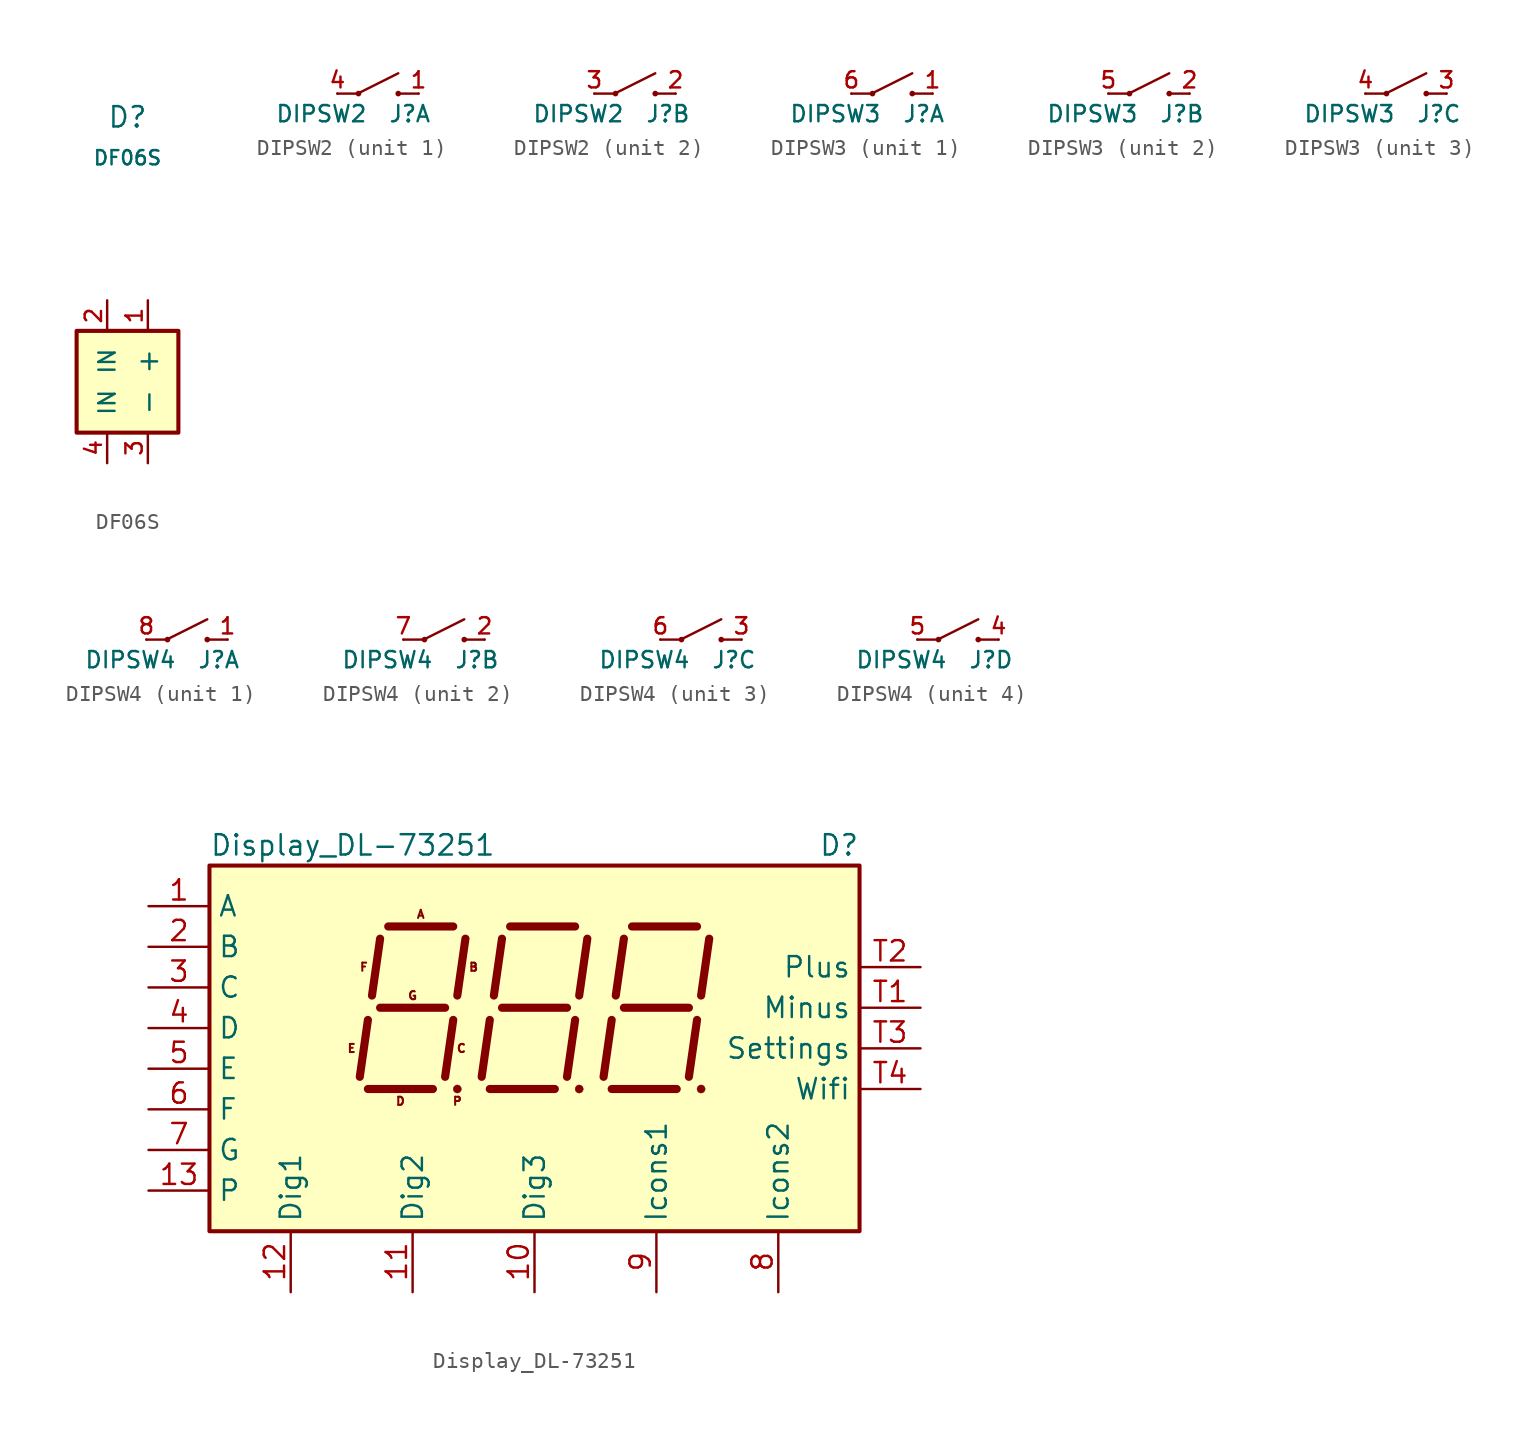
<source format=kicad_sym>
(kicad_symbol_lib
  (version 20231120)
  (generator "kicad_symbol_editor")
  (generator_version "8.0")
  (symbol "DF06S"
    (pin_names
      (offset 1.016))
    (property "Reference" "D"
      (at 0 16.51 0)
      (effects (font (size 1.27 1.27))))
    (property "Value" "DF06S"
      (at 0 13.97 0)
      (effects (font (size 0.889 0.889))))
    (symbol "DF06S_0_1"
      (rectangle (start -3.175 3.175) (end 3.175 -3.175) (stroke (width 0.254) (type default)) (fill (type background))))
    (symbol "DF06S_1_1"
      (pin passive line (at 1.27 5.08 270) (length 1.905) (name "+" (effects (font (size 1.27 1.27)))) (number "1" (effects (font (size 1.016 1.016)))))
      (pin passive line (at -1.27 5.08 270) (length 1.905) (name "IN" (effects (font (size 1.016 1.016)))) (number "2" (effects (font (size 1.016 1.016)))))
      (pin passive line (at 1.27 -5.08 90) (length 1.905) (name "-" (effects (font (size 1.27 1.27)))) (number "3" (effects (font (size 1.016 1.016)))))
      (pin passive line (at -1.27 -5.08 90) (length 1.905) (name "IN" (effects (font (size 1.016 1.016)))) (number "4" (effects (font (size 1.016 1.016)))))))
  (symbol "DIPSW2"
    (pin_names hide)
    (property "Reference" "J"
      (at 0.635 -1.27 0)
      (effects (font (size 1.016 1.016)) (justify left)))
    (property "Value" "DIPSW2"
      (at -0.635 -1.27 0)
      (effects (font (size 1.016 1.016)) (justify right)))
    (property "Datasheet" ""
      (at 0 0 0)
      (effects (font (size 1.524 1.524))))
    (symbol "DIPSW2_0_1"
      (circle (center -1.219 0) (radius 0.102) (stroke (width 0) (type default)) (fill (type outline)))
      (polyline (pts (xy -1.27 0) (xy -2.54 0) (xy -2.54 0)) (stroke (width 0) (type default)) (fill (type none)))
      (polyline (pts (xy -1.27 0) (xy 1.27 1.27) (xy 1.27 1.27)) (stroke (width 0) (type default)) (fill (type none)))
      (polyline (pts (xy 2.54 0) (xy 1.27 0) (xy 1.27 0)) (stroke (width 0) (type default)) (fill (type none)))
      (circle (center 1.27 0) (radius 0.102) (stroke (width 0) (type default)) (fill (type outline))))
    (symbol "DIPSW2_1_1"
      (pin passive line (at 2.54 0 180) (length 0) (name "~" (effects (font (size 1.016 1.016)))) (number "1" (effects (font (size 1.016 1.016)))))
      (pin passive line (at -2.54 0 0) (length 0) (name "~" (effects (font (size 1.016 1.016)))) (number "4" (effects (font (size 1.016 1.016))))))
    (symbol "DIPSW2_2_1"
      (pin passive line (at 2.54 0 180) (length 0) (name "~" (effects (font (size 1.016 1.016)))) (number "2" (effects (font (size 1.016 1.016)))))
      (pin passive line (at -2.54 0 0) (length 0) (name "~" (effects (font (size 1.016 1.016)))) (number "3" (effects (font (size 1.016 1.016)))))))
  (symbol "DIPSW3"
    (pin_names hide)
    (property "Reference" "J"
      (at 0.635 -1.27 0)
      (effects (font (size 1.016 1.016)) (justify left)))
    (property "Value" "DIPSW3"
      (at -0.635 -1.27 0)
      (effects (font (size 1.016 1.016)) (justify right)))
    (property "Datasheet" ""
      (at 0 0 0)
      (effects (font (size 1.524 1.524))))
    (symbol "DIPSW3_0_1"
      (circle (center -1.219 0) (radius 0.102) (stroke (width 0) (type default)) (fill (type outline)))
      (polyline (pts (xy -1.27 0) (xy -2.54 0) (xy -2.54 0)) (stroke (width 0) (type default)) (fill (type none)))
      (polyline (pts (xy -1.27 0) (xy 1.27 1.27) (xy 1.27 1.27)) (stroke (width 0) (type default)) (fill (type none)))
      (polyline (pts (xy 2.54 0) (xy 1.27 0) (xy 1.27 0)) (stroke (width 0) (type default)) (fill (type none)))
      (circle (center 1.27 0) (radius 0.102) (stroke (width 0) (type default)) (fill (type outline))))
    (symbol "DIPSW3_1_1"
      (pin passive line (at 2.54 0 180) (length 0) (name "~" (effects (font (size 1.016 1.016)))) (number "1" (effects (font (size 1.016 1.016)))))
      (pin passive line (at -2.54 0 0) (length 0) (name "~" (effects (font (size 1.016 1.016)))) (number "6" (effects (font (size 1.016 1.016))))))
    (symbol "DIPSW3_2_1"
      (pin passive line (at 2.54 0 180) (length 0) (name "~" (effects (font (size 1.016 1.016)))) (number "2" (effects (font (size 1.016 1.016)))))
      (pin passive line (at -2.54 0 0) (length 0) (name "~" (effects (font (size 1.016 1.016)))) (number "5" (effects (font (size 1.016 1.016))))))
    (symbol "DIPSW3_3_1"
      (pin passive line (at 2.54 0 180) (length 0) (name "~" (effects (font (size 1.016 1.016)))) (number "3" (effects (font (size 1.016 1.016)))))
      (pin passive line (at -2.54 0 0) (length 0) (name "~" (effects (font (size 1.016 1.016)))) (number "4" (effects (font (size 1.016 1.016)))))))
  (symbol "DIPSW4"
    (pin_names hide)
    (property "Reference" "J"
      (at 0.635 -1.27 0)
      (effects (font (size 1.016 1.016)) (justify left)))
    (property "Value" "DIPSW4"
      (at -0.635 -1.27 0)
      (effects (font (size 1.016 1.016)) (justify right)))
    (property "Datasheet" ""
      (at 0 0 0)
      (effects (font (size 1.524 1.524))))
    (symbol "DIPSW4_0_1"
      (circle (center -1.219 0) (radius 0.102) (stroke (width 0) (type default)) (fill (type outline)))
      (polyline (pts (xy -1.27 0) (xy -2.54 0) (xy -2.54 0)) (stroke (width 0) (type default)) (fill (type none)))
      (polyline (pts (xy -1.27 0) (xy 1.27 1.27) (xy 1.27 1.27)) (stroke (width 0) (type default)) (fill (type none)))
      (polyline (pts (xy 2.54 0) (xy 1.27 0) (xy 1.27 0)) (stroke (width 0) (type default)) (fill (type none)))
      (circle (center 1.27 0) (radius 0.102) (stroke (width 0) (type default)) (fill (type outline))))
    (symbol "DIPSW4_1_1"
      (pin passive line (at 2.54 0 180) (length 0) (name "~" (effects (font (size 1.016 1.016)))) (number "1" (effects (font (size 1.016 1.016)))))
      (pin passive line (at -2.54 0 0) (length 0) (name "~" (effects (font (size 1.016 1.016)))) (number "8" (effects (font (size 1.016 1.016))))))
    (symbol "DIPSW4_2_1"
      (pin passive line (at 2.54 0 180) (length 0) (name "~" (effects (font (size 1.016 1.016)))) (number "2" (effects (font (size 1.016 1.016)))))
      (pin passive line (at -2.54 0 0) (length 0) (name "~" (effects (font (size 1.016 1.016)))) (number "7" (effects (font (size 1.016 1.016))))))
    (symbol "DIPSW4_3_1"
      (pin passive line (at 2.54 0 180) (length 0) (name "~" (effects (font (size 1.016 1.016)))) (number "3" (effects (font (size 1.016 1.016)))))
      (pin passive line (at -2.54 0 0) (length 0) (name "~" (effects (font (size 1.016 1.016)))) (number "6" (effects (font (size 1.016 1.016))))))
    (symbol "DIPSW4_4_1"
      (pin passive line (at 2.54 0 180) (length 0) (name "~" (effects (font (size 1.016 1.016)))) (number "4" (effects (font (size 1.016 1.016)))))
      (pin passive line (at -2.54 0 0) (length 0) (name "~" (effects (font (size 1.016 1.016)))) (number "5" (effects (font (size 1.016 1.016)))))))
  (symbol "Display_DL-73251"
    (property "Reference" "D"
      (at 20.32 12.7 0)
      (effects (font (size 1.27 1.27)) (justify right)))
    (property "Value" "Display_DL-73251"
      (at -20.32 12.7 0)
      (effects (font (size 1.27 1.27)) (justify left)))
    (symbol "Display_DL-73251_0_0"
      (rectangle (start -20.32 11.43) (end 20.32 -11.43) (stroke (width 0.254) (type default)) (fill (type background)))
      (circle (center -4.826 -2.54) (radius 0.254) (stroke (width 0.025) (type default)) (fill (type outline)))
      (circle (center 2.794 -2.54) (radius 0.254) (stroke (width 0.025) (type default)) (fill (type outline)))
      (circle (center 10.414 -2.54) (radius 0.254) (stroke (width 0.025) (type default)) (fill (type outline)))
      (text "A" (at -7.112 8.382 0) (effects (font (size 0.508 0.508))))
      (text "B" (at -3.81 5.08 0) (effects (font (size 0.508 0.508))))
      (text "C" (at -4.572 0 0) (effects (font (size 0.508 0.508))))
      (text "D" (at -8.382 -3.302 0) (effects (font (size 0.508 0.508))))
      (text "E" (at -11.43 0 0) (effects (font (size 0.508 0.508))))
      (text "F" (at -10.668 5.08 0) (effects (font (size 0.508 0.508))))
      (text "G" (at -7.62 3.302 0) (effects (font (size 0.508 0.508))))
      (text "P" (at -4.826 -3.302 0) (effects (font (size 0.508 0.508)))))
    (symbol "Display_DL-73251_0_1"
      (polyline (pts (xy -10.414 -2.54) (xy -6.35 -2.54)) (stroke (width 0.508) (type default)) (fill (type none)))
      (polyline (pts (xy -10.414 1.778) (xy -10.922 -1.778)) (stroke (width 0.508) (type default)) (fill (type none)))
      (polyline (pts (xy -9.652 2.54) (xy -5.588 2.54)) (stroke (width 0.508) (type default)) (fill (type none)))
      (polyline (pts (xy -9.652 6.858) (xy -10.16 3.302)) (stroke (width 0.508) (type default)) (fill (type none)))
      (polyline (pts (xy -9.144 7.62) (xy -5.08 7.62)) (stroke (width 0.508) (type default)) (fill (type none)))
      (polyline (pts (xy -5.08 1.778) (xy -5.588 -1.778)) (stroke (width 0.508) (type default)) (fill (type none)))
      (polyline (pts (xy -4.318 6.858) (xy -4.826 3.302)) (stroke (width 0.508) (type default)) (fill (type none)))
      (polyline (pts (xy -2.794 -2.54) (xy 1.27 -2.54)) (stroke (width 0.508) (type default)) (fill (type none)))
      (polyline (pts (xy -2.794 1.778) (xy -3.302 -1.778)) (stroke (width 0.508) (type default)) (fill (type none)))
      (polyline (pts (xy -2.032 2.54) (xy 2.032 2.54)) (stroke (width 0.508) (type default)) (fill (type none)))
      (polyline (pts (xy -2.032 6.858) (xy -2.54 3.302)) (stroke (width 0.508) (type default)) (fill (type none)))
      (polyline (pts (xy -1.524 7.62) (xy 2.54 7.62)) (stroke (width 0.508) (type default)) (fill (type none)))
      (polyline (pts (xy 2.54 1.778) (xy 2.032 -1.778)) (stroke (width 0.508) (type default)) (fill (type none)))
      (polyline (pts (xy 3.302 6.858) (xy 2.794 3.302)) (stroke (width 0.508) (type default)) (fill (type none)))
      (polyline (pts (xy 4.826 -2.54) (xy 8.89 -2.54)) (stroke (width 0.508) (type default)) (fill (type none)))
      (polyline (pts (xy 4.826 1.778) (xy 4.318 -1.778)) (stroke (width 0.508) (type default)) (fill (type none)))
      (polyline (pts (xy 5.588 2.54) (xy 9.652 2.54)) (stroke (width 0.508) (type default)) (fill (type none)))
      (polyline (pts (xy 5.588 6.858) (xy 5.08 3.302)) (stroke (width 0.508) (type default)) (fill (type none)))
      (polyline (pts (xy 6.096 7.62) (xy 10.16 7.62)) (stroke (width 0.508) (type default)) (fill (type none)))
      (polyline (pts (xy 10.16 1.778) (xy 9.652 -1.778)) (stroke (width 0.508) (type default)) (fill (type none)))
      (polyline (pts (xy 10.922 6.858) (xy 10.414 3.302)) (stroke (width 0.508) (type default)) (fill (type none))))
    (symbol "Display_DL-73251_1_1"
      (pin passive line (at -24.13 8.89 0) (length 3.81) (name "A" (effects (font (size 1.27 1.27)))) (number "1" (effects (font (size 1.27 1.27)))))
      (pin passive line (at 0 -15.24 90) (length 3.81) (name "Dig3" (effects (font (size 1.27 1.27)))) (number "10" (effects (font (size 1.27 1.27)))))
      (pin passive line (at -7.62 -15.24 90) (length 3.81) (name "Dig2" (effects (font (size 1.27 1.27)))) (number "11" (effects (font (size 1.27 1.27)))))
      (pin passive line (at -15.24 -15.24 90) (length 3.81) (name "Dig1" (effects (font (size 1.27 1.27)))) (number "12" (effects (font (size 1.27 1.27)))))
      (pin passive line (at -24.13 -8.89 0) (length 3.81) (name "P" (effects (font (size 1.27 1.27)))) (number "13" (effects (font (size 1.27 1.27)))))
      (pin passive line (at -24.13 6.35 0) (length 3.81) (name "B" (effects (font (size 1.27 1.27)))) (number "2" (effects (font (size 1.27 1.27)))))
      (pin passive line (at -24.13 3.81 0) (length 3.81) (name "C" (effects (font (size 1.27 1.27)))) (number "3" (effects (font (size 1.27 1.27)))))
      (pin passive line (at -24.13 1.27 0) (length 3.81) (name "D" (effects (font (size 1.27 1.27)))) (number "4" (effects (font (size 1.27 1.27)))))
      (pin passive line (at -24.13 -1.27 0) (length 3.81) (name "E" (effects (font (size 1.27 1.27)))) (number "5" (effects (font (size 1.27 1.27)))))
      (pin passive line (at -24.13 -3.81 0) (length 3.81) (name "F" (effects (font (size 1.27 1.27)))) (number "6" (effects (font (size 1.27 1.27)))))
      (pin passive line (at -24.13 -6.35 0) (length 3.81) (name "G" (effects (font (size 1.27 1.27)))) (number "7" (effects (font (size 1.27 1.27)))))
      (pin passive line (at 15.24 -15.24 90) (length 3.81) (name "Icons2" (effects (font (size 1.27 1.27)))) (number "8" (effects (font (size 1.27 1.27)))))
      (pin passive line (at 7.62 -15.24 90) (length 3.81) (name "Icons1" (effects (font (size 1.27 1.27)))) (number "9" (effects (font (size 1.27 1.27)))))
      (pin passive line (at 24.13 2.54 180) (length 3.81) (name "Minus" (effects (font (size 1.27 1.27)))) (number "T1" (effects (font (size 1.27 1.27)))))
      (pin passive line (at 24.13 5.08 180) (length 3.81) (name "Plus" (effects (font (size 1.27 1.27)))) (number "T2" (effects (font (size 1.27 1.27)))))
      (pin passive line (at 24.13 0 180) (length 3.81) (name "Settings" (effects (font (size 1.27 1.27)))) (number "T3" (effects (font (size 1.27 1.27)))))
      (pin passive line (at 24.13 -2.54 180) (length 3.81) (name "Wifi" (effects (font (size 1.27 1.27)))) (number "T4" (effects (font (size 1.27 1.27))))))))
</source>
